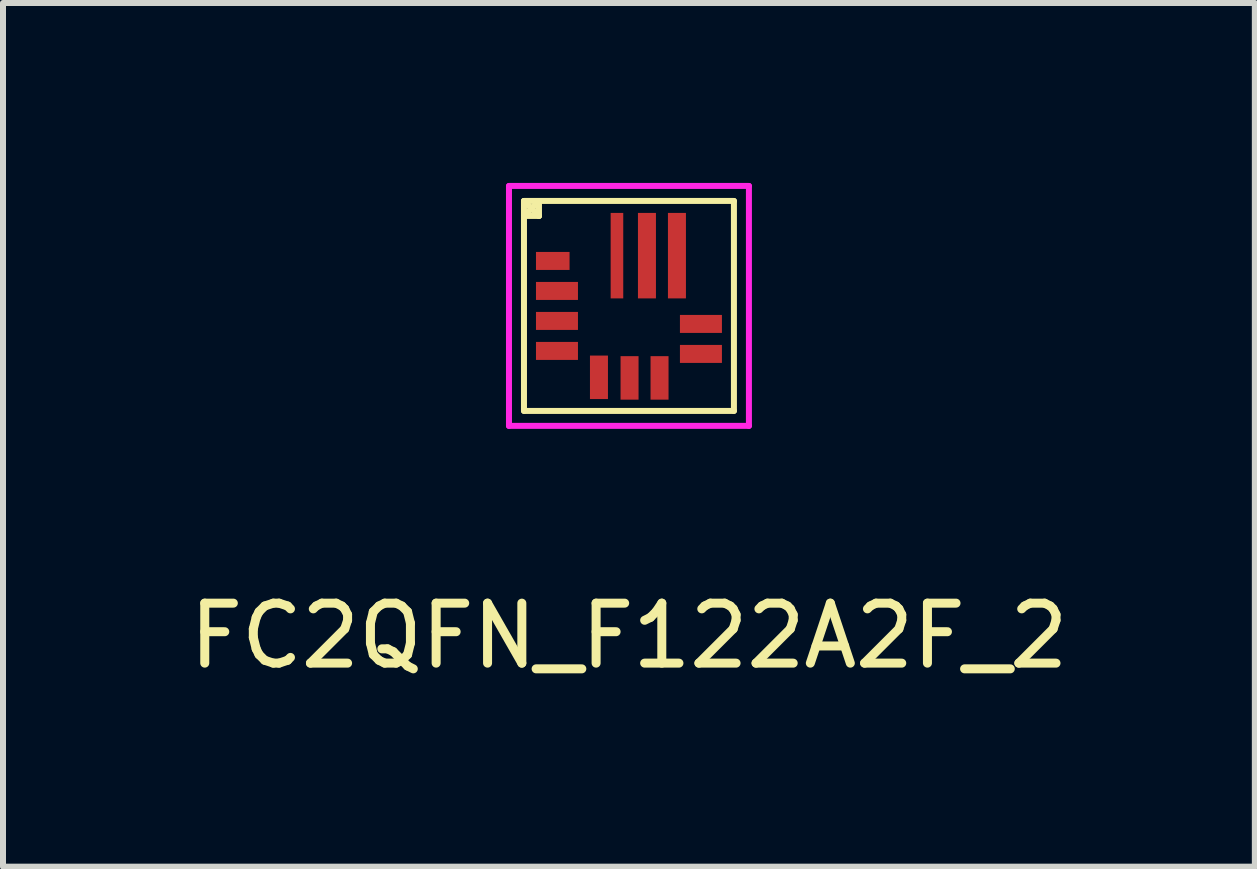
<source format=kicad_pcb>
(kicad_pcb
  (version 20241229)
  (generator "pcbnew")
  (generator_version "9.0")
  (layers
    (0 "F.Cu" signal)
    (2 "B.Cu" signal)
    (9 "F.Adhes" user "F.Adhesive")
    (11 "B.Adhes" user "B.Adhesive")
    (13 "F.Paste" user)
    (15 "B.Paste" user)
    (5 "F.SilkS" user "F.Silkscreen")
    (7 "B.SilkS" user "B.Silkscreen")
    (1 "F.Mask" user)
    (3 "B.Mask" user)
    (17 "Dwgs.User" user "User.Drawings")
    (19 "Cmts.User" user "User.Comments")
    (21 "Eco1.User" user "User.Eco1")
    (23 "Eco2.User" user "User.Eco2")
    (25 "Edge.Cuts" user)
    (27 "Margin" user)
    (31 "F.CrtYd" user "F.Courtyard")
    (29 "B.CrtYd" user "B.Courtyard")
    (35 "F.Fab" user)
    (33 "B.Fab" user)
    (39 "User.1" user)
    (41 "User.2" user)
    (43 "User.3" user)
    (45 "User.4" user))
  (footprint "FC2QFN_F122A2F_2"
    (layer "F.Cu")
    (at 7.435 2.05)
    (property "Reference" "FC2QFN_F122A2F_2" (at 0 5.5 0) (layer "F.SilkS") (effects (font (size 1 1) (thickness 0.15))))
    (attr through_hole)
    (fp_line (start -1.75 -1.75) (end -1.5 -1.5) (stroke (width 0.1) (type solid)) (layer "F.SilkS"))
    (fp_line (start -1.75 -1.75) (end 1.75 -1.75) (stroke (width 0.1) (type solid)) (layer "F.SilkS"))
    (fp_line (start -1.75 -1.5) (end -1.5 -1.5) (stroke (width 0.1) (type solid)) (layer "F.SilkS"))
    (fp_line (start -1.75 1.75) (end -1.75 -1.75) (stroke (width 0.1) (type solid)) (layer "F.SilkS"))
    (fp_line (start -1.5 -1.75) (end -1.75 -1.5) (stroke (width 0.1) (type solid)) (layer "F.SilkS"))
    (fp_line (start -1.5 -1.5) (end -1.5 -1.75) (stroke (width 0.1) (type solid)) (layer "F.SilkS"))
    (fp_line (start 1.75 -1.75) (end 1.75 1.75) (stroke (width 0.1) (type solid)) (layer "F.SilkS"))
    (fp_line (start 1.75 1.75) (end -1.75 1.75) (stroke (width 0.1) (type solid)) (layer "F.SilkS"))
    (fp_line (start -2 -2) (end -2 2) (stroke (width 0.1) (type solid)) (layer "F.CrtYd"))
    (fp_line (start -2 2) (end 2 2) (stroke (width 0.1) (type solid)) (layer "F.CrtYd"))
    (fp_line (start 2 -2) (end -2 -2) (stroke (width 0.1) (type solid)) (layer "F.CrtYd"))
    (fp_line (start 2 2) (end 2 -2) (stroke (width 0.1) (type solid)) (layer "F.CrtYd"))
    (pad "1" smd rect (at -1.27 -0.75) (size 0.56 0.3) (layers "F.Cu" "F.Mask" "F.Paste"))
    (pad "2" smd rect (at -1.2 -0.25) (size 0.7 0.3) (layers "F.Cu" "F.Mask" "F.Paste"))
    (pad "3" smd rect (at -1.2 0.25) (size 0.7 0.3) (layers "F.Cu" "F.Mask" "F.Paste"))
    (pad "4" smd rect (at -1.2 0.75) (size 0.7 0.3) (layers "F.Cu" "F.Mask" "F.Paste"))
    (pad "5" smd rect (at -0.5 1.19) (size 0.3 0.725) (layers "F.Cu" "F.Mask" "F.Paste"))
    (pad "6" smd rect (at 0.01 1.2) (size 0.3 0.725) (layers "F.Cu" "F.Mask" "F.Paste"))
    (pad "7" smd rect (at 0.51 1.2) (size 0.3 0.725) (layers "F.Cu" "F.Mask" "F.Paste"))
    (pad "8" smd rect (at 1.2 0.8) (size 0.7 0.3) (layers "F.Cu" "F.Mask" "F.Paste"))
    (pad "9" smd rect (at 1.2 0.3) (size 0.7 0.3) (layers "F.Cu" "F.Mask" "F.Paste"))
    (pad "10" smd rect (at 0.8 -0.838) (size 0.3 1.425) (layers "F.Cu" "F.Mask" "F.Paste"))
    (pad "11" smd rect (at 0.3 -0.838) (size 0.3 1.425) (layers "F.Cu" "F.Mask" "F.Paste"))
    (pad "12" smd rect (at -0.2 -0.838) (size 0.21 1.425) (layers "F.Cu" "F.Mask" "F.Paste")))
  (gr_rect
    (start -3 -3)
    (end 17.869 11.398)
    (stroke (width 0.1) (type default))
    (fill no)
    (layer "Edge.Cuts")))
</source>
